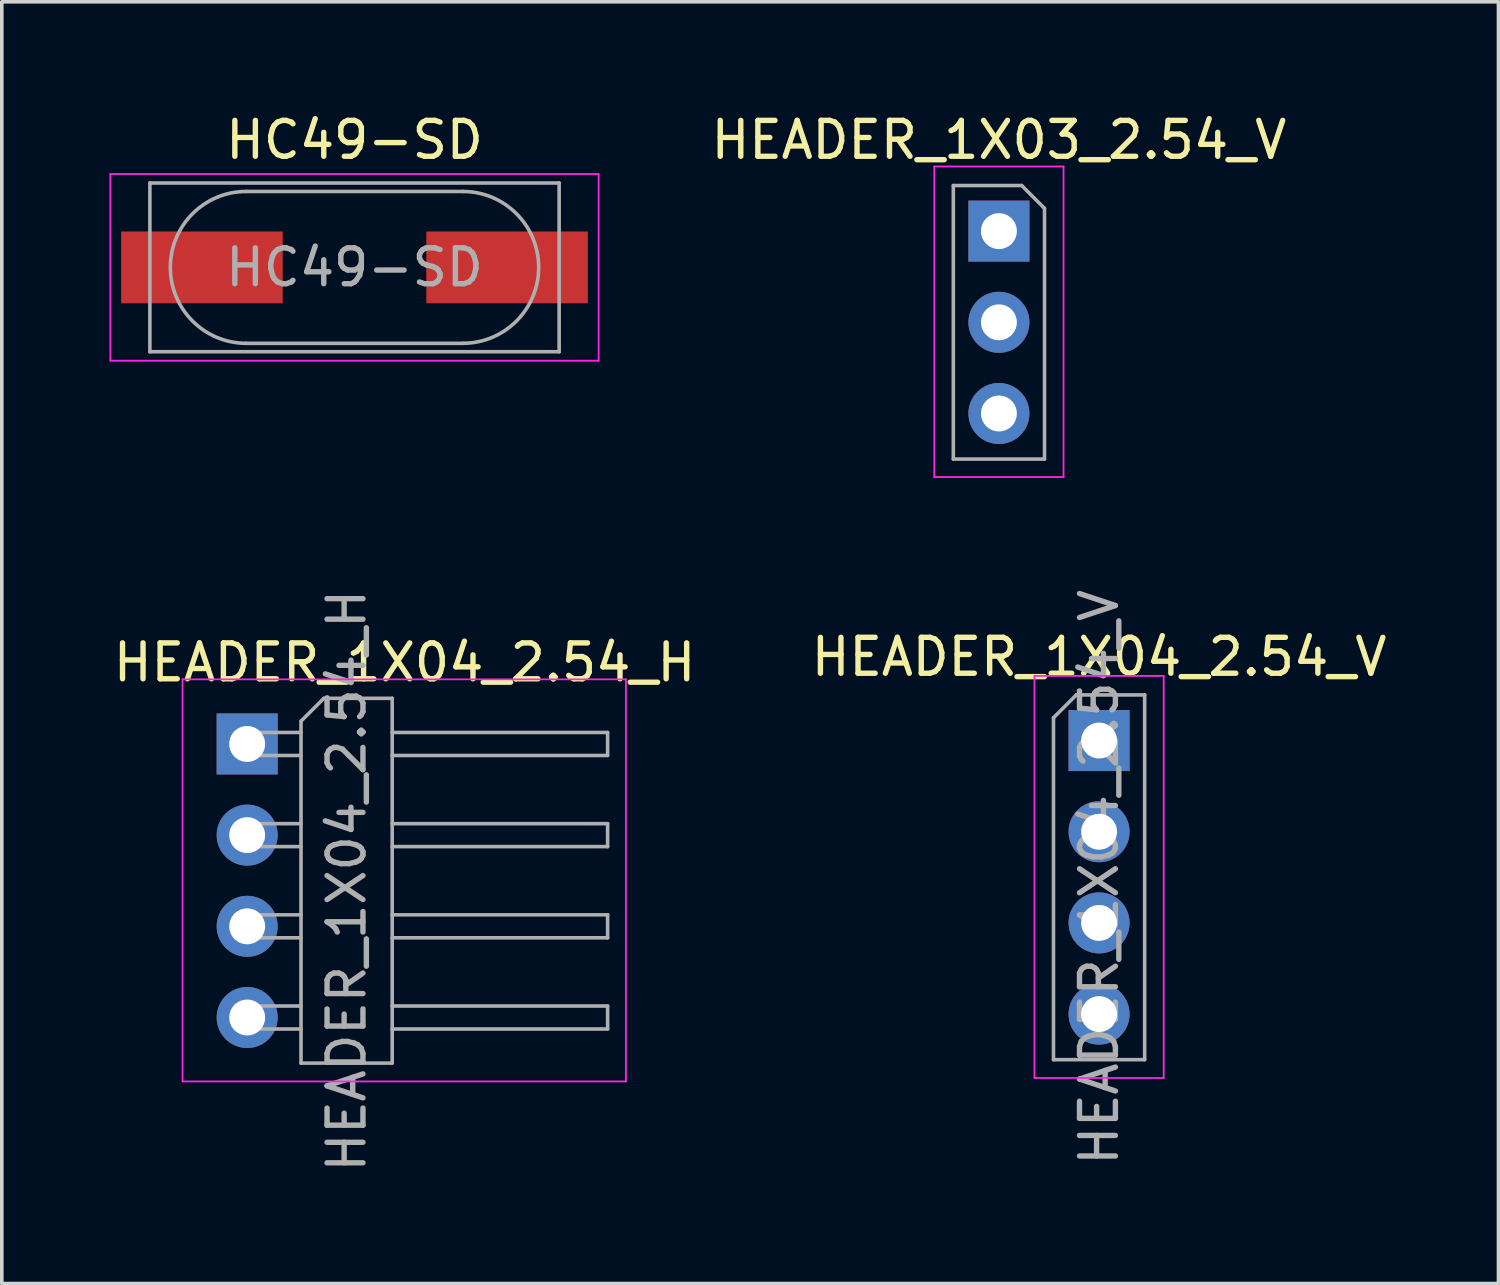
<source format=kicad_pcb>
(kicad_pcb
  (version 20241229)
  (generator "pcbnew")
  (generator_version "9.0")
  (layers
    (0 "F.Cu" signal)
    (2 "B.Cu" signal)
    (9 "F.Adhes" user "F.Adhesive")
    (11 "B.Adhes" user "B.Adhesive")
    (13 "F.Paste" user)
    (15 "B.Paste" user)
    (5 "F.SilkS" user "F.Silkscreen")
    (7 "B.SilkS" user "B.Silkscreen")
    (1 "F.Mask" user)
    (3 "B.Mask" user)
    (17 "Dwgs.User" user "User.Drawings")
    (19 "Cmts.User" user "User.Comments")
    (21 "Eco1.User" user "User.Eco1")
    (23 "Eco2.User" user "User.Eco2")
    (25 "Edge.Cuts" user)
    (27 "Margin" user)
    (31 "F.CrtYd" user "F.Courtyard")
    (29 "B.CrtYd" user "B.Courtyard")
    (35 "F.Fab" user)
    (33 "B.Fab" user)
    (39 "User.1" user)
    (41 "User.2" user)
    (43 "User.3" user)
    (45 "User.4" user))
  (footprint "HC49-SD"
    (layer "F.Cu")
    (at 6.825 4.398)
    (property "Reference" "HC49-SD" (at 0 -3.55 0) (layer "F.SilkS") (effects (font (size 1 1) (thickness 0.15))))
    (attr smd)
    (fp_line (start -6.8 -2.6) (end -6.8 2.6) (stroke (width 0.05) (type solid)) (layer "F.CrtYd"))
    (fp_line (start -6.8 2.6) (end 6.8 2.6) (stroke (width 0.05) (type solid)) (layer "F.CrtYd"))
    (fp_line (start 6.8 -2.6) (end -6.8 -2.6) (stroke (width 0.05) (type solid)) (layer "F.CrtYd"))
    (fp_line (start 6.8 2.6) (end 6.8 -2.6) (stroke (width 0.05) (type solid)) (layer "F.CrtYd"))
    (fp_line (start -5.7 -2.35) (end -5.7 2.35) (stroke (width 0.1) (type solid)) (layer "F.Fab"))
    (fp_line (start -5.7 2.35) (end 5.7 2.35) (stroke (width 0.1) (type solid)) (layer "F.Fab"))
    (fp_line (start -3.015 -2.115) (end 3.015 -2.115) (stroke (width 0.1) (type solid)) (layer "F.Fab"))
    (fp_line (start -3.015 2.115) (end 3.015 2.115) (stroke (width 0.1) (type solid)) (layer "F.Fab"))
    (fp_line (start 5.7 -2.35) (end -5.7 -2.35) (stroke (width 0.1) (type solid)) (layer "F.Fab"))
    (fp_line (start 5.7 2.35) (end 5.7 -2.35) (stroke (width 0.1) (type solid)) (layer "F.Fab"))
    (fp_arc (start -3.015 2.115) (mid -5.13 0) (end -3.015 -2.115) (stroke (width 0.1) (type solid)) (layer "F.Fab"))
    (fp_arc (start 3.015 -2.115) (mid 5.13 0) (end 3.015 2.115) (stroke (width 0.1) (type solid)) (layer "F.Fab"))
    (fp_text user "${REFERENCE}" (at 0 0 0) (layer "F.Fab") (effects (font (size 1 1) (thickness 0.15))))
    (pad "1" smd rect (at -4.25 0) (size 4.5 2) (layers "F.Cu" "F.Mask" "F.Paste"))
    (pad "2" smd rect (at 4.25 0) (size 4.5 2) (layers "F.Cu" "F.Mask" "F.Paste")))
  (footprint "HEADER_1X04_2.54_V"
    (layer "F.Cu")
    (at 27.565 17.578)
    (property "Reference" "HEADER_1X04_2.54_V" (at 0 -2.33 0) (layer "F.SilkS") (effects (font (size 1 1) (thickness 0.15))))
    (attr through_hole)
    (fp_line (start -1.8 -1.8) (end -1.8 9.4) (stroke (width 0.05) (type solid)) (layer "F.CrtYd"))
    (fp_line (start -1.8 9.4) (end 1.8 9.4) (stroke (width 0.05) (type solid)) (layer "F.CrtYd"))
    (fp_line (start 1.8 -1.8) (end -1.8 -1.8) (stroke (width 0.05) (type solid)) (layer "F.CrtYd"))
    (fp_line (start 1.8 9.4) (end 1.8 -1.8) (stroke (width 0.05) (type solid)) (layer "F.CrtYd"))
    (fp_line (start -1.27 -0.635) (end -0.635 -1.27) (stroke (width 0.1) (type solid)) (layer "F.Fab"))
    (fp_line (start -1.27 8.89) (end -1.27 -0.635) (stroke (width 0.1) (type solid)) (layer "F.Fab"))
    (fp_line (start -0.635 -1.27) (end 1.27 -1.27) (stroke (width 0.1) (type solid)) (layer "F.Fab"))
    (fp_line (start 1.27 -1.27) (end 1.27 8.89) (stroke (width 0.1) (type solid)) (layer "F.Fab"))
    (fp_line (start 1.27 8.89) (end -1.27 8.89) (stroke (width 0.1) (type solid)) (layer "F.Fab"))
    (fp_text user "${REFERENCE}" (at 0 3.81 90) (layer "F.Fab") (effects (font (size 1 1) (thickness 0.15))))
    (pad "1" thru_hole rect (at 0 0) (size 1.7 1.7) (drill 1) (layers "*.Cu" "*.Mask"))
    (pad "2" thru_hole oval (at 0 2.54) (size 1.7 1.7) (drill 1) (layers "*.Cu" "*.Mask"))
    (pad "3" thru_hole oval (at 0 5.08) (size 1.7 1.7) (drill 1) (layers "*.Cu" "*.Mask"))
    (pad "4" thru_hole oval (at 0 7.62) (size 1.7 1.7) (drill 1) (layers "*.Cu" "*.Mask")))
  (footprint "HEADER_1X04_2.54_H"
    (layer "F.Cu")
    (at 3.835 17.673)
    (property "Reference" "HEADER_1X04_2.54_H" (at 4.385 -2.27 0) (layer "F.SilkS") (effects (font (size 1 1) (thickness 0.15))))
    (attr through_hole)
    (fp_line (start -1.8 -1.8) (end -1.8 9.4) (stroke (width 0.05) (type solid)) (layer "F.CrtYd"))
    (fp_line (start -1.8 9.4) (end 10.55 9.4) (stroke (width 0.05) (type solid)) (layer "F.CrtYd"))
    (fp_line (start 10.55 -1.8) (end -1.8 -1.8) (stroke (width 0.05) (type solid)) (layer "F.CrtYd"))
    (fp_line (start 10.55 9.4) (end 10.55 -1.8) (stroke (width 0.05) (type solid)) (layer "F.CrtYd"))
    (fp_line (start -0.32 -0.32) (end -0.32 0.32) (stroke (width 0.1) (type solid)) (layer "F.Fab"))
    (fp_line (start -0.32 -0.32) (end 1.5 -0.32) (stroke (width 0.1) (type solid)) (layer "F.Fab"))
    (fp_line (start -0.32 0.32) (end 1.5 0.32) (stroke (width 0.1) (type solid)) (layer "F.Fab"))
    (fp_line (start -0.32 2.22) (end -0.32 2.86) (stroke (width 0.1) (type solid)) (layer "F.Fab"))
    (fp_line (start -0.32 2.22) (end 1.5 2.22) (stroke (width 0.1) (type solid)) (layer "F.Fab"))
    (fp_line (start -0.32 2.86) (end 1.5 2.86) (stroke (width 0.1) (type solid)) (layer "F.Fab"))
    (fp_line (start -0.32 4.76) (end -0.32 5.4) (stroke (width 0.1) (type solid)) (layer "F.Fab"))
    (fp_line (start -0.32 4.76) (end 1.5 4.76) (stroke (width 0.1) (type solid)) (layer "F.Fab"))
    (fp_line (start -0.32 5.4) (end 1.5 5.4) (stroke (width 0.1) (type solid)) (layer "F.Fab"))
    (fp_line (start -0.32 7.3) (end -0.32 7.94) (stroke (width 0.1) (type solid)) (layer "F.Fab"))
    (fp_line (start -0.32 7.3) (end 1.5 7.3) (stroke (width 0.1) (type solid)) (layer "F.Fab"))
    (fp_line (start -0.32 7.94) (end 1.5 7.94) (stroke (width 0.1) (type solid)) (layer "F.Fab"))
    (fp_line (start 1.5 -0.635) (end 2.135 -1.27) (stroke (width 0.1) (type solid)) (layer "F.Fab"))
    (fp_line (start 1.5 8.89) (end 1.5 -0.635) (stroke (width 0.1) (type solid)) (layer "F.Fab"))
    (fp_line (start 2.135 -1.27) (end 4.04 -1.27) (stroke (width 0.1) (type solid)) (layer "F.Fab"))
    (fp_line (start 4.04 -1.27) (end 4.04 8.89) (stroke (width 0.1) (type solid)) (layer "F.Fab"))
    (fp_line (start 4.04 -0.32) (end 10.04 -0.32) (stroke (width 0.1) (type solid)) (layer "F.Fab"))
    (fp_line (start 4.04 0.32) (end 10.04 0.32) (stroke (width 0.1) (type solid)) (layer "F.Fab"))
    (fp_line (start 4.04 2.22) (end 10.04 2.22) (stroke (width 0.1) (type solid)) (layer "F.Fab"))
    (fp_line (start 4.04 2.86) (end 10.04 2.86) (stroke (width 0.1) (type solid)) (layer "F.Fab"))
    (fp_line (start 4.04 4.76) (end 10.04 4.76) (stroke (width 0.1) (type solid)) (layer "F.Fab"))
    (fp_line (start 4.04 5.4) (end 10.04 5.4) (stroke (width 0.1) (type solid)) (layer "F.Fab"))
    (fp_line (start 4.04 7.3) (end 10.04 7.3) (stroke (width 0.1) (type solid)) (layer "F.Fab"))
    (fp_line (start 4.04 7.94) (end 10.04 7.94) (stroke (width 0.1) (type solid)) (layer "F.Fab"))
    (fp_line (start 4.04 8.89) (end 1.5 8.89) (stroke (width 0.1) (type solid)) (layer "F.Fab"))
    (fp_line (start 10.04 -0.32) (end 10.04 0.32) (stroke (width 0.1) (type solid)) (layer "F.Fab"))
    (fp_line (start 10.04 2.22) (end 10.04 2.86) (stroke (width 0.1) (type solid)) (layer "F.Fab"))
    (fp_line (start 10.04 4.76) (end 10.04 5.4) (stroke (width 0.1) (type solid)) (layer "F.Fab"))
    (fp_line (start 10.04 7.3) (end 10.04 7.94) (stroke (width 0.1) (type solid)) (layer "F.Fab"))
    (fp_text user "${REFERENCE}" (at 2.77 3.81 90) (layer "F.Fab") (effects (font (size 1 1) (thickness 0.15))))
    (pad "1" thru_hole rect (at 0 0) (size 1.7 1.7) (drill 1) (layers "*.Cu" "*.Mask"))
    (pad "2" thru_hole oval (at 0 2.54) (size 1.7 1.7) (drill 1) (layers "*.Cu" "*.Mask"))
    (pad "3" thru_hole oval (at 0 5.08) (size 1.7 1.7) (drill 1) (layers "*.Cu" "*.Mask"))
    (pad "4" thru_hole oval (at 0 7.62) (size 1.7 1.7) (drill 1) (layers "*.Cu" "*.Mask")))
  (footprint "HEADER_1X03_2.54_V"
    (layer "F.Cu")
    (at 24.775 3.388)
    (property "Reference" "HEADER_1X03_2.54_V" (at 0 -2.54 0) (layer "F.SilkS") (effects (font (size 1 1) (thickness 0.15))))
    (attr through_hole)
    (fp_line (start -1.8 -1.8) (end 1.8 -1.8) (stroke (width 0.05) (type solid)) (layer "F.CrtYd"))
    (fp_line (start -1.8 6.85) (end -1.8 -1.8) (stroke (width 0.05) (type solid)) (layer "F.CrtYd"))
    (fp_line (start 1.8 -1.8) (end 1.8 6.85) (stroke (width 0.05) (type solid)) (layer "F.CrtYd"))
    (fp_line (start 1.8 6.85) (end -1.8 6.85) (stroke (width 0.05) (type solid)) (layer "F.CrtYd"))
    (fp_line (start -1.27 -1.27) (end -1.27 6.35) (stroke (width 0.1) (type solid)) (layer "F.Fab"))
    (fp_line (start -1.27 6.35) (end 1.27 6.35) (stroke (width 0.1) (type solid)) (layer "F.Fab"))
    (fp_line (start 0.635 -1.27) (end -1.27 -1.27) (stroke (width 0.1) (type solid)) (layer "F.Fab"))
    (fp_line (start 1.27 -0.635) (end 0.635 -1.27) (stroke (width 0.1) (type solid)) (layer "F.Fab"))
    (fp_line (start 1.27 6.35) (end 1.27 -0.635) (stroke (width 0.1) (type solid)) (layer "F.Fab"))
    (pad "1" thru_hole rect (at 0 0) (size 1.7 1.7) (drill 1) (layers "*.Cu" "*.Mask"))
    (pad "2" thru_hole oval (at 0 2.54) (size 1.7 1.7) (drill 1) (layers "*.Cu" "*.Mask"))
    (pad "3" thru_hole oval (at 0 5.08) (size 1.7 1.7) (drill 1) (layers "*.Cu" "*.Mask")))
  (gr_rect
    (start -3 -3)
    (end 38.69 32.704)
    (stroke (width 0.1) (type default))
    (fill no)
    (layer "Edge.Cuts")))
</source>
